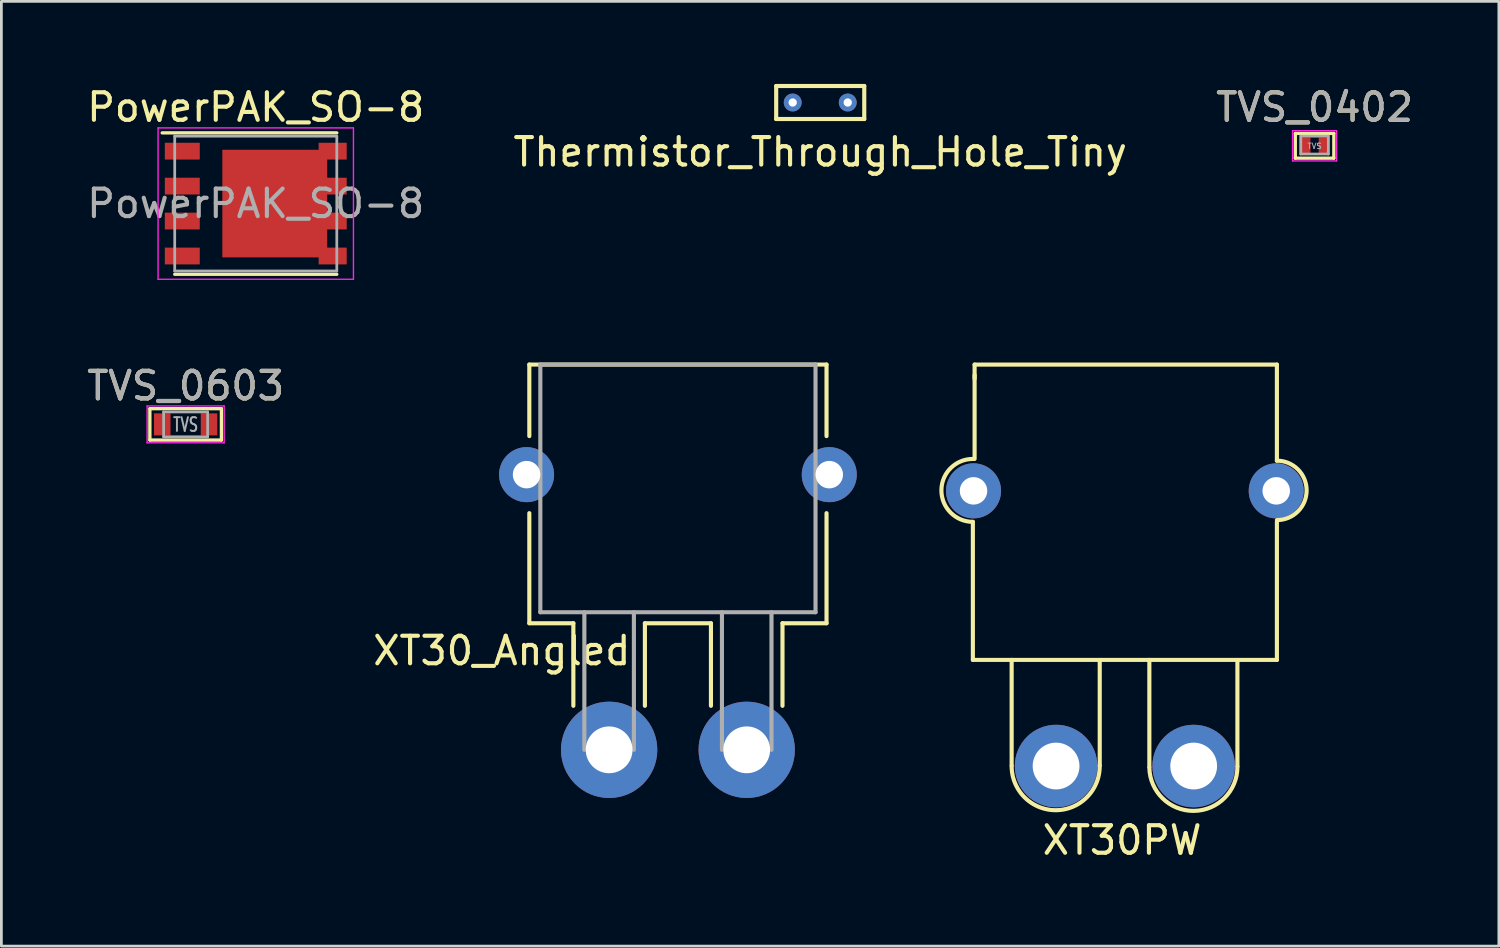
<source format=kicad_pcb>
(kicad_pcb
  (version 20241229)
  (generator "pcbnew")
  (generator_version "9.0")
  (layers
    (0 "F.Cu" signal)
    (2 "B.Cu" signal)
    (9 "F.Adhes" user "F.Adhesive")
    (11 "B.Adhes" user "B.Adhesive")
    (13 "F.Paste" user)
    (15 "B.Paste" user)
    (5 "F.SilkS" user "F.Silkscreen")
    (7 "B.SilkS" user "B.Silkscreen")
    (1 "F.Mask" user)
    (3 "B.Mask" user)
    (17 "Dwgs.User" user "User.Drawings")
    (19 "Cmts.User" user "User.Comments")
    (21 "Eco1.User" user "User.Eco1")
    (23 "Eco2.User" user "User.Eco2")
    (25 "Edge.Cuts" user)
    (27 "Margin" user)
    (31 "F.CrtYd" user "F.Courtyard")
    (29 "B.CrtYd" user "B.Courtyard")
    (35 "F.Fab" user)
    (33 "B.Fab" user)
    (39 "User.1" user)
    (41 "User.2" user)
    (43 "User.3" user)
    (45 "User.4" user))
  (footprint "XT30PW"
    (layer "F.Cu")
    (at 37.827 19.787)
    (property "Reference" "XT30PW" (at -0.102 7.696 0) (layer "F.SilkS") (effects (font (size 1 1) (thickness 0.15))))
    (attr through_hole)
    (fp_line (start -5.524 -3.873) (end -5.524 1.143) (stroke (width 0.15) (type solid)) (layer "F.SilkS"))
    (fp_line (start -5.461 -9.588) (end -5.461 -9.081) (stroke (width 0.15) (type solid)) (layer "F.SilkS"))
    (fp_line (start -5.461 -6.16) (end -5.461 -9.207) (stroke (width 0.15) (type solid)) (layer "F.SilkS"))
    (fp_line (start -4.115 4.978) (end -4.115 1.143) (stroke (width 0.15) (type solid)) (layer "F.SilkS"))
    (fp_line (start -0.914 4.978) (end -0.914 1.168) (stroke (width 0.15) (type solid)) (layer "F.SilkS"))
    (fp_line (start 0.889 5.029) (end 0.889 1.143) (stroke (width 0.15) (type solid)) (layer "F.SilkS"))
    (fp_line (start 4.089 5.004) (end 4.089 1.194) (stroke (width 0.15) (type solid)) (layer "F.SilkS"))
    (fp_line (start 5.524 -9.588) (end -5.461 -9.588) (stroke (width 0.15) (type solid)) (layer "F.SilkS"))
    (fp_line (start 5.524 -6.096) (end 5.524 -9.588) (stroke (width 0.15) (type solid)) (layer "F.SilkS"))
    (fp_line (start 5.524 -3.873) (end 5.524 1.143) (stroke (width 0.15) (type solid)) (layer "F.SilkS"))
    (fp_line (start 5.524 1.143) (end -5.524 1.143) (stroke (width 0.15) (type solid)) (layer "F.SilkS"))
    (fp_arc (start -5.5245 -3.8735) (mid -6.6675 -5.0165) (end -5.5245 -6.1595) (stroke (width 0.15) (type solid)) (layer "F.SilkS"))
    (fp_arc (start -0.914487 4.987132) (mid -2.506266 6.603978) (end -4.1148 5.0038) (stroke (width 0.15) (type solid)) (layer "F.SilkS"))
    (fp_arc (start 4.089601 5.029201) (mid 2.501899 6.629551) (end 0.889001 5.054599) (stroke (width 0.15) (type solid)) (layer "F.SilkS"))
    (fp_arc (start 5.5245 -6.096) (mid 6.604 -5.0165) (end 5.5245 -3.937) (stroke (width 0.15) (type solid)) (layer "F.SilkS"))
    (pad "1" thru_hole circle (at -5.5 -5) (size 2 2) (drill 1) (layers "*.Cu" "*.Mask"))
    (pad "2" thru_hole circle (at 5.5 -5) (size 2 2) (drill 1) (layers "*.Cu" "*.Mask"))
    (pad "3" thru_hole circle (at 2.5 5) (size 3 3) (drill 1.7) (layers "*.Cu" "*.Mask"))
    (pad "4" thru_hole circle (at -2.5 5) (size 3 3) (drill 1.7) (layers "*.Cu" "*.Mask")))
  (footprint "TVS_0402"
    (layer "F.Cu")
    (at 44.72 2.248)
    (property "Reference" "TVS_0402" (at 0 -1.4 0) (layer "F.SilkS") (effects (font (size 1 1) (thickness 0.15))))
    (attr smd)
    (fp_line (start -0.7 -0.45) (end -0.7 0.45) (stroke (width 0.12) (type solid)) (layer "F.SilkS"))
    (fp_line (start -0.7 -0.45) (end 0.7 -0.45) (stroke (width 0.12) (type solid)) (layer "F.SilkS"))
    (fp_line (start -0.7 0.45) (end 0.7 0.45) (stroke (width 0.12) (type solid)) (layer "F.SilkS"))
    (fp_line (start 0.7 -0.45) (end 0.7 0.45) (stroke (width 0.12) (type solid)) (layer "F.SilkS"))
    (fp_line (start -0.8 -0.55) (end -0.8 0.55) (stroke (width 0.05) (type solid)) (layer "F.CrtYd"))
    (fp_line (start -0.8 0.55) (end 0.8 0.55) (stroke (width 0.05) (type solid)) (layer "F.CrtYd"))
    (fp_line (start 0.8 -0.55) (end -0.8 -0.55) (stroke (width 0.05) (type solid)) (layer "F.CrtYd"))
    (fp_line (start 0.8 0.55) (end 0.8 -0.55) (stroke (width 0.05) (type solid)) (layer "F.CrtYd"))
    (fp_line (start -0.5 -0.35) (end 0.5 -0.35) (stroke (width 0.1) (type solid)) (layer "F.Fab"))
    (fp_line (start -0.5 0.3) (end -0.5 -0.35) (stroke (width 0.1) (type solid)) (layer "F.Fab"))
    (fp_line (start 0.5 -0.35) (end 0.5 0.3) (stroke (width 0.1) (type solid)) (layer "F.Fab"))
    (fp_line (start 0.5 0.3) (end -0.5 0.3) (stroke (width 0.1) (type solid)) (layer "F.Fab"))
    (fp_text user "TVS" (at 0 0.01 0) (layer "F.Fab") (effects (font (size 0.2 0.2) (thickness 0.035))))
    (fp_text user "${REFERENCE}" (at 0 -1.4 0) (layer "F.Fab") (effects (font (size 1 1) (thickness 0.15))))
    (pad "1" smd rect (at -0.35 0) (size 0.4 0.6) (layers "F.Cu" "F.Mask" "F.Paste"))
    (pad "2" smd rect (at 0.35 0) (size 0.4 0.6) (layers "F.Cu" "F.Mask" "F.Paste")))
  (footprint "PowerPAK_SO-8"
    (layer "F.Cu")
    (at 6.244 4.348)
    (property "Reference" "PowerPAK_SO-8" (at 0 -3.5 0) (layer "F.SilkS") (effects (font (size 1 1) (thickness 0.15))))
    (attr smd)
    (fp_line (start -3.4 -2.57) (end 2.945 -2.57) (stroke (width 0.12) (type solid)) (layer "F.SilkS"))
    (fp_line (start -2.945 2.57) (end 2.945 2.57) (stroke (width 0.12) (type solid)) (layer "F.SilkS"))
    (fp_line (start -3.55 -2.75) (end -3.55 2.75) (stroke (width 0.05) (type solid)) (layer "F.CrtYd"))
    (fp_line (start -3.55 -2.75) (end 3.55 -2.75) (stroke (width 0.05) (type solid)) (layer "F.CrtYd"))
    (fp_line (start -3.55 2.75) (end 3.55 2.75) (stroke (width 0.05) (type solid)) (layer "F.CrtYd"))
    (fp_line (start 3.55 -2.75) (end 3.55 2.75) (stroke (width 0.05) (type solid)) (layer "F.CrtYd"))
    (fp_line (start -2.945 -2.45) (end 2.945 -2.45) (stroke (width 0.1) (type solid)) (layer "F.Fab"))
    (fp_line (start -2.945 2.45) (end -2.945 -2.45) (stroke (width 0.1) (type solid)) (layer "F.Fab"))
    (fp_line (start 2.945 -2.45) (end 2.945 2.45) (stroke (width 0.1) (type solid)) (layer "F.Fab"))
    (fp_line (start 2.945 2.45) (end -2.945 2.45) (stroke (width 0.1) (type solid)) (layer "F.Fab"))
    (fp_text user "${REFERENCE}" (at 0 0 0) (layer "F.Fab") (effects (font (size 1 1) (thickness 0.15))))
    (pad "1" smd custom (at 0.69 0) (size 3.81 3.91) (layers "F.Cu" "F.Mask" "F.Paste") (options (anchor rect)) (primitives (gr_poly (pts (xy 1.595 1.6) (xy 2.615 1.6) (xy 2.615 2.21) (xy 1.595 2.21)) (width 0) (fill yes)) (gr_poly (pts (xy 1.595 0.33) (xy 2.615 0.33) (xy 2.615 0.94) (xy 1.595 0.94)) (width 0) (fill yes)) (gr_poly (pts (xy 1.595 -0.94) (xy 2.615 -0.94) (xy 2.615 -0.33) (xy 1.595 -0.33)) (width 0) (fill yes)) (gr_poly (pts (xy 1.595 -2.21) (xy 2.615 -2.21) (xy 2.615 -1.6) (xy 1.595 -1.6)) (width 0) (fill yes))))
    (pad "2" smd rect (at -2.67 1.905) (size 1.27 0.61) (layers "F.Cu" "F.Mask" "F.Paste"))
    (pad "3" smd rect (at -2.67 -1.905) (size 1.27 0.61) (layers "F.Cu" "F.Mask" "F.Paste"))
    (pad "3" smd rect (at -2.67 -0.635) (size 1.27 0.61) (layers "F.Cu" "F.Mask" "F.Paste"))
    (pad "3" smd rect (at -2.67 0.635) (size 1.27 0.61) (layers "F.Cu" "F.Mask" "F.Paste")))
  (footprint "TVS_0603"
    (layer "F.Cu")
    (at 3.696 12.371)
    (property "Reference" "TVS_0603" (at 0 -1.4 0) (layer "F.SilkS") (effects (font (size 1 1) (thickness 0.15))))
    (attr smd)
    (fp_line (start -1.3 -0.57) (end -1.3 0.57) (stroke (width 0.12) (type solid)) (layer "F.SilkS"))
    (fp_line (start -1.3 -0.57) (end 1.3 -0.57) (stroke (width 0.12) (type solid)) (layer "F.SilkS"))
    (fp_line (start -1.3 0.57) (end 1.3 0.57) (stroke (width 0.12) (type solid)) (layer "F.SilkS"))
    (fp_line (start 1.3 -0.57) (end 1.3 0.57) (stroke (width 0.12) (type solid)) (layer "F.SilkS"))
    (fp_line (start -1.4 -0.67) (end -1.4 0.67) (stroke (width 0.05) (type solid)) (layer "F.CrtYd"))
    (fp_line (start -1.4 0.67) (end 1.4 0.67) (stroke (width 0.05) (type solid)) (layer "F.CrtYd"))
    (fp_line (start 1.4 -0.67) (end -1.4 -0.67) (stroke (width 0.05) (type solid)) (layer "F.CrtYd"))
    (fp_line (start 1.4 0.67) (end 1.4 -0.67) (stroke (width 0.05) (type solid)) (layer "F.CrtYd"))
    (fp_line (start -0.8 -0.45) (end 0.8 -0.45) (stroke (width 0.1) (type solid)) (layer "F.Fab"))
    (fp_line (start -0.8 0.45) (end -0.8 -0.45) (stroke (width 0.1) (type solid)) (layer "F.Fab"))
    (fp_line (start 0.8 -0.45) (end 0.8 0.45) (stroke (width 0.1) (type solid)) (layer "F.Fab"))
    (fp_line (start 0.8 0.45) (end -0.8 0.45) (stroke (width 0.1) (type solid)) (layer "F.Fab"))
    (fp_text user "TVS" (at 0 0.01 0) (layer "F.Fab") (effects (font (size 0.5 0.35) (thickness 0.07))))
    (fp_text user "${REFERENCE}" (at 0 -1.4 0) (layer "F.Fab") (effects (font (size 1 1) (thickness 0.15))))
    (pad "1" smd rect (at -0.85 0) (size 0.6 0.8) (layers "F.Cu" "F.Mask" "F.Paste"))
    (pad "2" smd rect (at 0.85 0) (size 0.6 0.8) (layers "F.Cu" "F.Mask" "F.Paste")))
  (footprint "XT30_Angled"
    (layer "F.Cu")
    (at 21.585 24.198)
    (property "Reference" "XT30_Angled" (at -6.4 -3.6 0) (layer "F.SilkS") (effects (font (size 1 1) (thickness 0.15))))
    (attr through_hole)
    (fp_line (start -5.4 -14) (end 5.4 -14) (stroke (width 0.15) (type solid)) (layer "F.SilkS"))
    (fp_line (start -5.4 -11.4) (end -5.4 -14) (stroke (width 0.15) (type solid)) (layer "F.SilkS"))
    (fp_line (start -5.4 -8.6) (end -5.4 -4.6) (stroke (width 0.15) (type solid)) (layer "F.SilkS"))
    (fp_line (start -5.4 -4.6) (end -3.8 -4.6) (stroke (width 0.15) (type solid)) (layer "F.SilkS"))
    (fp_line (start -3.8 -4.6) (end -3.8 -1.6) (stroke (width 0.15) (type solid)) (layer "F.SilkS"))
    (fp_line (start -1.2 -4.6) (end 1.2 -4.6) (stroke (width 0.15) (type solid)) (layer "F.SilkS"))
    (fp_line (start -1.2 -1.6) (end -1.2 -4.6) (stroke (width 0.15) (type solid)) (layer "F.SilkS"))
    (fp_line (start 1.2 -4.6) (end 1.2 -1.6) (stroke (width 0.15) (type solid)) (layer "F.SilkS"))
    (fp_line (start 3.8 -1.6) (end 3.8 -4.6) (stroke (width 0.15) (type solid)) (layer "F.SilkS"))
    (fp_line (start 5.4 -14) (end 5.4 -11.4) (stroke (width 0.15) (type solid)) (layer "F.SilkS"))
    (fp_line (start 5.4 -8.6) (end 5.4 -4.6) (stroke (width 0.15) (type solid)) (layer "F.SilkS"))
    (fp_line (start 5.4 -4.6) (end 3.8 -4.6) (stroke (width 0.15) (type solid)) (layer "F.SilkS"))
    (fp_line (start -5 -14) (end -5 -5) (stroke (width 0.15) (type solid)) (layer "F.Fab"))
    (fp_line (start -5 -5) (end 5 -5) (stroke (width 0.15) (type solid)) (layer "F.Fab"))
    (fp_line (start -3.4 0) (end -3.4 -5) (stroke (width 0.15) (type solid)) (layer "F.Fab"))
    (fp_line (start -1.6 0) (end -1.6 -5) (stroke (width 0.15) (type solid)) (layer "F.Fab"))
    (fp_line (start 1.6 0) (end 1.6 -5) (stroke (width 0.15) (type solid)) (layer "F.Fab"))
    (fp_line (start 3.4 0) (end 3.4 -5) (stroke (width 0.15) (type solid)) (layer "F.Fab"))
    (fp_line (start 5 -14) (end -5 -14) (stroke (width 0.15) (type solid)) (layer "F.Fab"))
    (fp_line (start 5 -5) (end 5 -14) (stroke (width 0.15) (type solid)) (layer "F.Fab"))
    (pad "" thru_hole circle (at -5.5 -10) (size 2 2) (drill 1) (layers "*.Cu" "*.Mask"))
    (pad "" thru_hole circle (at 5.5 -10) (size 2 2) (drill 1) (layers "*.Cu" "*.Mask"))
    (pad "1" thru_hole circle (at -2.5 0) (size 3.5 3.5) (drill 1.7) (layers "*.Cu" "*.Mask"))
    (pad "2" thru_hole circle (at 2.5 0) (size 3.5 3.5) (drill 1.7) (layers "*.Cu" "*.Mask")))
  (footprint "Thermistor_Through_Hole_Tiny"
    (layer "F.Cu")
    (at 26.756 0.675)
    (property "Reference" "Thermistor_Through_Hole_Tiny" (at 0 1.8 0) (layer "F.SilkS") (effects (font (size 1 1) (thickness 0.15))))
    (attr through_hole)
    (fp_line (start -1.6 -0.6) (end 1.6 -0.6) (stroke (width 0.15) (type solid)) (layer "F.SilkS"))
    (fp_line (start -1.6 0.6) (end -1.6 -0.6) (stroke (width 0.15) (type solid)) (layer "F.SilkS"))
    (fp_line (start 1.6 -0.6) (end 1.6 0.6) (stroke (width 0.15) (type solid)) (layer "F.SilkS"))
    (fp_line (start 1.6 0.6) (end -1.6 0.6) (stroke (width 0.15) (type solid)) (layer "F.SilkS"))
    (pad "1" thru_hole circle (at -1 0) (size 0.65 0.65) (drill 0.3) (layers "*.Cu" "*.Mask"))
    (pad "2" thru_hole circle (at 1 0) (size 0.65 0.65) (drill 0.3) (layers "*.Cu" "*.Mask")))
  (gr_rect
    (start -3 -3)
    (end 51.417 31.331)
    (stroke (width 0.1) (type default))
    (fill no)
    (layer "Edge.Cuts")))
</source>
